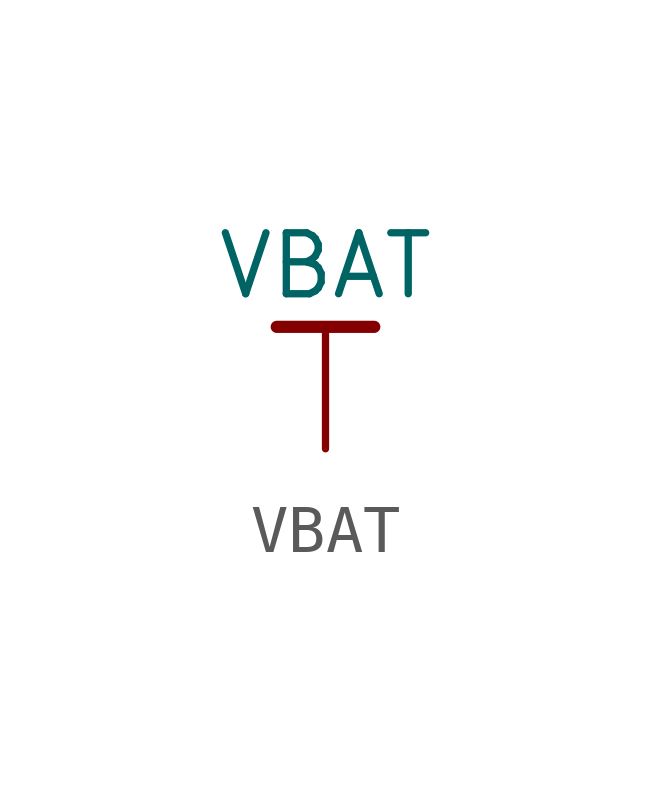
<source format=kicad_sym>
(kicad_symbol_lib
  (version 20211014)
  (generator kicad_symbol_editor)
  (symbol "VBAT"
    (power)
    (pin_numbers hide)
    (pin_names
      (offset 0) hide)
    (property "Reference" "#PWR"
      (at 0 -1.905 0)
      (effects (font (size 1.27 1.27)) hide))
    (property "Value" "VBAT"
      (at 0 3.81 0)
      (effects (font (size 1.27 1.27))))
    (symbol "VBAT_0_1"
      (polyline (pts (xy -1.016 2.54) (xy 1.016 2.54)) (stroke (width 0.254) (type default) (color 0 0 0 0)) (fill (type none)))
      (polyline (pts (xy 0 2.54) (xy 0 0)) (stroke (width 0.152) (type default) (color 0 0 0 0)) (fill (type none))))
    (symbol "VBAT_1_1"
      (pin power_in line (at 0 0 90) (length 0) hide (name "VBAT" (effects (font (size 0.635 0.635)))) (number "1" (effects (font (size 0.635 0.635))))))))
</source>
